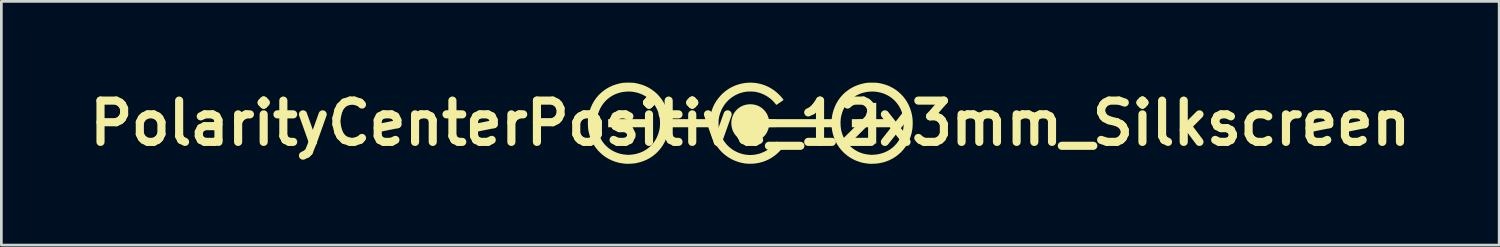
<source format=kicad_pcb>
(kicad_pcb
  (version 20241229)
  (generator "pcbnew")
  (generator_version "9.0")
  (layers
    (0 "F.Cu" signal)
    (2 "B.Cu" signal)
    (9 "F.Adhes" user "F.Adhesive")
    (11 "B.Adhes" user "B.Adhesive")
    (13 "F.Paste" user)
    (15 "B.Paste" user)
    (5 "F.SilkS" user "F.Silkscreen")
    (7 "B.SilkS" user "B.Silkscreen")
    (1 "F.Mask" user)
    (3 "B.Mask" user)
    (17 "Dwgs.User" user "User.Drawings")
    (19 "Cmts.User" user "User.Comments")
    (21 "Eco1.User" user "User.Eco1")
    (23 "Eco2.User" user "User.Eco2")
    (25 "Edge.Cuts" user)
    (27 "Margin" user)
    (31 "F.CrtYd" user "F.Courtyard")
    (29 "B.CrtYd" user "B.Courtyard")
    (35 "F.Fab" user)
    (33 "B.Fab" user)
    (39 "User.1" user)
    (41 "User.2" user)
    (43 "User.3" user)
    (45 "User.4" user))
  (footprint "PolarityCenterPositive_12x3mm_Silkscreen"
    (layer "F.Cu")
    (at 24.645 1.498)
    (property "Reference" "PolarityCenterPositive_12x3mm_Silkscreen" (at 0 0 0) (layer "F.SilkS") (effects (font (size 1.524 1.524) (thickness 0.3))))
    (attr board_only exclude_from_pos_files exclude_from_bom)
    (fp_poly (pts (xy -3.745 0.15) (xy -5.245 0.15) (xy -5.245 -0.15) (xy -3.745 -0.15)) (stroke (width 0) (type solid)) (fill yes) (layer "F.SilkS"))
    (fp_poly (pts (xy 4.651 -0.15) (xy 5.251 -0.15) (xy 5.251 0.15) (xy 4.651 0.15) (xy 4.651 0.75) (xy 4.351 0.75) (xy 4.351 0.15) (xy 3.751 0.15) (xy 3.751 -0.15) (xy 4.049 -0.152) (xy 4.348 -0.153) (xy 4.35 -0.452) (xy 4.351 -0.75) (xy 4.651 -0.75)) (stroke (width 0) (type solid)) (fill yes) (layer "F.SilkS"))
    (fp_poly (pts (xy 4.533 -1.497) (xy 4.589 -1.496) (xy 4.641 -1.494) (xy 4.686 -1.49) (xy 4.723 -1.486) (xy 4.726 -1.486) (xy 4.863 -1.459) (xy 4.994 -1.421) (xy 5.12 -1.373) (xy 5.239 -1.314) (xy 5.351 -1.247) (xy 5.455 -1.17) (xy 5.552 -1.084) (xy 5.641 -0.99) (xy 5.721 -0.888) (xy 5.792 -0.779) (xy 5.853 -0.663) (xy 5.904 -0.54) (xy 5.945 -0.411) (xy 5.96 -0.349) (xy 5.974 -0.282) (xy 5.984 -0.221) (xy 5.991 -0.16) (xy 5.995 -0.096) (xy 5.997 -0.025) (xy 5.997 0.003) (xy 5.995 0.092) (xy 5.989 0.174) (xy 5.979 0.252) (xy 5.964 0.331) (xy 5.949 0.396) (xy 5.909 0.526) (xy 5.858 0.65) (xy 5.797 0.767) (xy 5.727 0.878) (xy 5.646 0.982) (xy 5.557 1.078) (xy 5.459 1.165) (xy 5.353 1.244) (xy 5.24 1.313) (xy 5.12 1.372) (xy 5.004 1.417) (xy 4.95 1.434) (xy 4.888 1.45) (xy 4.822 1.465) (xy 4.758 1.478) (xy 4.731 1.482) (xy 4.697 1.486) (xy 4.656 1.49) (xy 4.61 1.493) (xy 4.561 1.496) (xy 4.514 1.497) (xy 4.47 1.498) (xy 4.432 1.498) (xy 4.403 1.497) (xy 4.398 1.497) (xy 4.325 1.489) (xy 4.262 1.48) (xy 4.206 1.471) (xy 4.154 1.461) (xy 4.104 1.449) (xy 4.052 1.434) (xy 4.035 1.429) (xy 3.908 1.384) (xy 3.787 1.327) (xy 3.673 1.261) (xy 3.566 1.185) (xy 3.466 1.1) (xy 3.375 1.007) (xy 3.292 0.905) (xy 3.219 0.796) (xy 3.155 0.68) (xy 3.102 0.558) (xy 3.083 0.503) (xy 3.049 0.392) (xy 3.025 0.283) (xy 3.013 0.208) (xy 3.005 0.15) (xy 1.846 0.15) (xy 1.7 0.15) (xy 1.565 0.15) (xy 1.443 0.15) (xy 1.331 0.15) (xy 1.23 0.15) (xy 1.139 0.151) (xy 1.058 0.151) (xy 0.987 0.151) (xy 0.924 0.152) (xy 0.87 0.152) (xy 0.824 0.152) (xy 0.785 0.153) (xy 0.753 0.154) (xy 0.728 0.154) (xy 0.709 0.155) (xy 0.696 0.156) (xy 0.688 0.157) (xy 0.685 0.158) (xy 0.685 0.158) (xy 0.661 0.233) (xy 0.635 0.298) (xy 0.605 0.357) (xy 0.57 0.412) (xy 0.557 0.43) (xy 0.498 0.497) (xy 0.433 0.555) (xy 0.361 0.603) (xy 0.285 0.641) (xy 0.205 0.669) (xy 0.122 0.688) (xy 0.038 0.697) (xy -0.047 0.696) (xy -0.131 0.686) (xy -0.214 0.665) (xy -0.294 0.635) (xy -0.371 0.595) (xy -0.442 0.544) (xy -0.508 0.484) (xy -0.531 0.459) (xy -0.584 0.389) (xy -0.628 0.313) (xy -0.661 0.231) (xy -0.683 0.146) (xy -0.696 0.059) (xy -0.697 -0.003) (xy 3.332 -0.003) (xy 3.338 0.123) (xy 3.355 0.243) (xy 3.383 0.359) (xy 3.423 0.469) (xy 3.474 0.574) (xy 3.536 0.673) (xy 3.609 0.766) (xy 3.667 0.828) (xy 3.755 0.908) (xy 3.851 0.978) (xy 3.952 1.037) (xy 4.06 1.086) (xy 4.172 1.123) (xy 4.289 1.149) (xy 4.402 1.162) (xy 4.431 1.164) (xy 4.456 1.166) (xy 4.474 1.167) (xy 4.482 1.168) (xy 4.492 1.168) (xy 4.511 1.167) (xy 4.538 1.165) (xy 4.57 1.163) (xy 4.582 1.163) (xy 4.705 1.148) (xy 4.823 1.122) (xy 4.936 1.086) (xy 5.042 1.039) (xy 5.142 0.982) (xy 5.235 0.916) (xy 5.32 0.841) (xy 5.397 0.757) (xy 5.466 0.665) (xy 5.526 0.565) (xy 5.576 0.459) (xy 5.616 0.345) (xy 5.642 0.242) (xy 5.651 0.19) (xy 5.658 0.129) (xy 5.662 0.063) (xy 5.664 -0.004) (xy 5.663 -0.07) (xy 5.659 -0.13) (xy 5.655 -0.169) (xy 5.631 -0.292) (xy 5.597 -0.409) (xy 5.552 -0.519) (xy 5.496 -0.623) (xy 5.43 -0.72) (xy 5.354 -0.81) (xy 5.33 -0.835) (xy 5.242 -0.914) (xy 5.147 -0.983) (xy 5.046 -1.041) (xy 4.939 -1.089) (xy 4.826 -1.126) (xy 4.709 -1.152) (xy 4.588 -1.166) (xy 4.497 -1.169) (xy 4.375 -1.163) (xy 4.256 -1.146) (xy 4.142 -1.117) (xy 4.033 -1.078) (xy 3.929 -1.029) (xy 3.832 -0.971) (xy 3.741 -0.903) (xy 3.658 -0.826) (xy 3.582 -0.74) (xy 3.516 -0.647) (xy 3.458 -0.546) (xy 3.41 -0.438) (xy 3.395 -0.396) (xy 3.369 -0.309) (xy 3.35 -0.225) (xy 3.338 -0.138) (xy 3.333 -0.047) (xy 3.332 -0.003) (xy -0.697 -0.003) (xy -0.698 -0.03) (xy -0.689 -0.118) (xy -0.67 -0.204) (xy -0.64 -0.288) (xy -0.599 -0.368) (xy -0.586 -0.39) (xy -0.531 -0.463) (xy -0.467 -0.527) (xy -0.397 -0.582) (xy -0.319 -0.627) (xy -0.236 -0.662) (xy -0.148 -0.685) (xy -0.056 -0.698) (xy -0.000462 -0.7) (xy 0.096 -0.694) (xy 0.188 -0.677) (xy 0.274 -0.649) (xy 0.355 -0.609) (xy 0.431 -0.558) (xy 0.492 -0.504) (xy 0.546 -0.446) (xy 0.592 -0.383) (xy 0.63 -0.314) (xy 0.661 -0.237) (xy 0.685 -0.158) (xy 0.688 -0.157) (xy 0.695 -0.156) (xy 0.707 -0.155) (xy 0.726 -0.154) (xy 0.75 -0.154) (xy 0.781 -0.153) (xy 0.819 -0.153) (xy 0.864 -0.152) (xy 0.917 -0.152) (xy 0.979 -0.151) (xy 1.049 -0.151) (xy 1.129 -0.151) (xy 1.218 -0.15) (xy 1.318 -0.15) (xy 1.428 -0.15) (xy 1.55 -0.15) (xy 1.683 -0.15) (xy 1.828 -0.15) (xy 3.004 -0.15) (xy 3.016 -0.229) (xy 3.04 -0.361) (xy 3.077 -0.489) (xy 3.123 -0.612) (xy 3.18 -0.731) (xy 3.247 -0.843) (xy 3.323 -0.949) (xy 3.408 -1.046) (xy 3.501 -1.135) (xy 3.516 -1.148) (xy 3.624 -1.23) (xy 3.736 -1.302) (xy 3.854 -1.362) (xy 3.979 -1.412) (xy 4.11 -1.452) (xy 4.248 -1.482) (xy 4.292 -1.489) (xy 4.326 -1.493) (xy 4.37 -1.495) (xy 4.42 -1.497) (xy 4.476 -1.497)) (stroke (width 0) (type solid)) (fill yes) (layer "F.SilkS"))
    (fp_poly (pts (xy 0.157 -1.49) (xy 0.287 -1.471) (xy 0.415 -1.44) (xy 0.54 -1.398) (xy 0.661 -1.345) (xy 0.776 -1.282) (xy 0.886 -1.209) (xy 0.893 -1.204) (xy 0.963 -1.148) (xy 1.032 -1.086) (xy 1.097 -1.022) (xy 1.156 -0.957) (xy 1.206 -0.893) (xy 1.211 -0.886) (xy 1.231 -0.858) (xy 1.099 -0.766) (xy 1.064 -0.742) (xy 1.031 -0.719) (xy 1.004 -0.701) (xy 0.982 -0.687) (xy 0.968 -0.679) (xy 0.963 -0.676) (xy 0.957 -0.682) (xy 0.946 -0.695) (xy 0.932 -0.712) (xy 0.861 -0.797) (xy 0.781 -0.875) (xy 0.692 -0.946) (xy 0.595 -1.008) (xy 0.494 -1.062) (xy 0.387 -1.106) (xy 0.278 -1.139) (xy 0.212 -1.153) (xy 0.145 -1.163) (xy 0.071 -1.168) (xy -0.006 -1.17) (xy -0.082 -1.168) (xy -0.152 -1.163) (xy -0.175 -1.159) (xy -0.292 -1.135) (xy -0.405 -1.1) (xy -0.512 -1.054) (xy -0.613 -0.998) (xy -0.708 -0.933) (xy -0.796 -0.859) (xy -0.876 -0.777) (xy -0.948 -0.687) (xy -1.011 -0.59) (xy -1.065 -0.486) (xy -1.109 -0.377) (xy -1.142 -0.263) (xy -1.163 -0.15) (xy -1.167 -0.109) (xy -1.17 -0.06) (xy -1.17 -0.006) (xy -1.17 0.049) (xy -1.167 0.102) (xy -1.163 0.148) (xy -1.16 0.169) (xy -1.136 0.288) (xy -1.1 0.403) (xy -1.054 0.512) (xy -0.997 0.616) (xy -0.931 0.713) (xy -0.856 0.803) (xy -0.771 0.884) (xy -0.679 0.957) (xy -0.598 1.009) (xy -0.489 1.066) (xy -0.377 1.111) (xy -0.263 1.144) (xy -0.146 1.165) (xy -0.029 1.174) (xy 0.089 1.17) (xy 0.208 1.155) (xy 0.326 1.127) (xy 0.371 1.113) (xy 0.485 1.068) (xy 0.592 1.014) (xy 0.691 0.949) (xy 0.783 0.874) (xy 0.869 0.789) (xy 0.914 0.736) (xy 0.938 0.707) (xy 0.956 0.689) (xy 0.967 0.68) (xy 0.971 0.68) (xy 0.978 0.685) (xy 0.994 0.696) (xy 1.017 0.712) (xy 1.046 0.732) (xy 1.078 0.755) (xy 1.102 0.772) (xy 1.136 0.796) (xy 1.167 0.818) (xy 1.193 0.836) (xy 1.212 0.85) (xy 1.223 0.859) (xy 1.225 0.861) (xy 1.222 0.867) (xy 1.212 0.881) (xy 1.199 0.9) (xy 1.19 0.912) (xy 1.108 1.01) (xy 1.016 1.102) (xy 0.916 1.187) (xy 0.809 1.262) (xy 0.697 1.328) (xy 0.579 1.383) (xy 0.473 1.423) (xy 0.338 1.46) (xy 0.203 1.485) (xy 0.068 1.497) (xy -0.066 1.497) (xy -0.2 1.485) (xy -0.332 1.46) (xy -0.463 1.424) (xy -0.591 1.375) (xy -0.671 1.338) (xy -0.788 1.272) (xy -0.899 1.197) (xy -1.001 1.112) (xy -1.096 1.019) (xy -1.181 0.918) (xy -1.258 0.81) (xy -1.324 0.696) (xy -1.381 0.576) (xy -1.427 0.451) (xy -1.461 0.322) (xy -1.479 0.223) (xy -1.49 0.15) (xy -2.245 0.15) (xy -2.358 0.15) (xy -2.459 0.15) (xy -2.549 0.15) (xy -2.629 0.15) (xy -2.698 0.15) (xy -2.759 0.151) (xy -2.811 0.151) (xy -2.855 0.151) (xy -2.891 0.152) (xy -2.921 0.152) (xy -2.945 0.153) (xy -2.964 0.154) (xy -2.978 0.154) (xy -2.989 0.155) (xy -2.996 0.157) (xy -3 0.158) (xy -3.002 0.159) (xy -3.003 0.161) (xy -3.005 0.173) (xy -3.008 0.192) (xy -3.01 0.209) (xy -3.023 0.295) (xy -3.044 0.385) (xy -3.071 0.478) (xy -3.104 0.57) (xy -3.141 0.658) (xy -3.168 0.713) (xy -3.236 0.83) (xy -3.314 0.939) (xy -3.401 1.039) (xy -3.496 1.131) (xy -3.598 1.213) (xy -3.708 1.286) (xy -3.825 1.348) (xy -3.948 1.4) (xy -4.076 1.442) (xy -4.211 1.473) (xy -4.266 1.482) (xy -4.299 1.486) (xy -4.34 1.49) (xy -4.386 1.493) (xy -4.434 1.496) (xy -4.482 1.497) (xy -4.526 1.498) (xy -4.564 1.498) (xy -4.593 1.497) (xy -4.598 1.497) (xy -4.671 1.489) (xy -4.734 1.48) (xy -4.79 1.471) (xy -4.842 1.461) (xy -4.893 1.448) (xy -4.945 1.433) (xy -4.992 1.419) (xy -5.116 1.371) (xy -5.235 1.313) (xy -5.348 1.244) (xy -5.454 1.165) (xy -5.553 1.077) (xy -5.643 0.98) (xy -5.725 0.875) (xy -5.798 0.762) (xy -5.807 0.746) (xy -5.858 0.645) (xy -5.902 0.535) (xy -5.939 0.42) (xy -5.967 0.3) (xy -5.98 0.231) (xy -5.986 0.179) (xy -5.99 0.118) (xy -5.993 0.053) (xy -5.994 0.001) (xy -5.664 0.001) (xy -5.658 0.124) (xy -5.64 0.244) (xy -5.611 0.36) (xy -5.57 0.472) (xy -5.517 0.579) (xy -5.454 0.681) (xy -5.38 0.776) (xy -5.374 0.783) (xy -5.296 0.862) (xy -5.21 0.934) (xy -5.115 0.997) (xy -5.015 1.051) (xy -4.908 1.095) (xy -4.798 1.129) (xy -4.684 1.152) (xy -4.592 1.162) (xy -4.563 1.164) (xy -4.539 1.166) (xy -4.521 1.167) (xy -4.514 1.168) (xy -4.504 1.168) (xy -4.485 1.167) (xy -4.458 1.166) (xy -4.427 1.164) (xy -4.416 1.163) (xy -4.293 1.149) (xy -4.176 1.123) (xy -4.063 1.087) (xy -3.957 1.041) (xy -3.857 0.984) (xy -3.764 0.919) (xy -3.679 0.845) (xy -3.602 0.762) (xy -3.533 0.671) (xy -3.473 0.573) (xy -3.423 0.468) (xy -3.383 0.356) (xy -3.353 0.239) (xy -3.341 0.172) (xy -3.336 0.122) (xy -3.333 0.064) (xy -3.331 0.001) (xy -3.332 -0.061) (xy -3.335 -0.12) (xy -3.341 -0.171) (xy -3.341 -0.178) (xy -3.366 -0.299) (xy -3.4 -0.415) (xy -3.446 -0.524) (xy -3.502 -0.627) (xy -3.568 -0.723) (xy -3.643 -0.812) (xy -3.729 -0.893) (xy -3.783 -0.937) (xy -3.88 -1.003) (xy -3.984 -1.058) (xy -4.093 -1.102) (xy -4.207 -1.136) (xy -4.325 -1.158) (xy -4.446 -1.168) (xy -4.494 -1.169) (xy -4.618 -1.163) (xy -4.738 -1.146) (xy -4.854 -1.117) (xy -4.965 -1.078) (xy -5.071 -1.027) (xy -5.17 -0.966) (xy -5.263 -0.895) (xy -5.326 -0.837) (xy -5.406 -0.748) (xy -5.476 -0.652) (xy -5.535 -0.551) (xy -5.583 -0.444) (xy -5.62 -0.332) (xy -5.646 -0.214) (xy -5.661 -0.092) (xy -5.664 0.001) (xy -5.994 0.001) (xy -5.994 -0.015) (xy -5.993 -0.081) (xy -5.99 -0.14) (xy -5.986 -0.175) (xy -5.964 -0.313) (xy -5.932 -0.446) (xy -5.888 -0.574) (xy -5.834 -0.694) (xy -5.77 -0.809) (xy -5.697 -0.916) (xy -5.615 -1.016) (xy -5.524 -1.107) (xy -5.425 -1.191) (xy -5.319 -1.265) (xy -5.205 -1.331) (xy -5.083 -1.387) (xy -4.956 -1.432) (xy -4.822 -1.468) (xy -4.726 -1.486) (xy -4.685 -1.491) (xy -4.634 -1.494) (xy -4.577 -1.497) (xy -4.516 -1.498) (xy -4.454 -1.497) (xy -4.394 -1.496) (xy -4.339 -1.493) (xy -4.291 -1.489) (xy -4.27 -1.486) (xy -4.131 -1.458) (xy -3.998 -1.42) (xy -3.871 -1.372) (xy -3.751 -1.312) (xy -3.638 -1.243) (xy -3.532 -1.164) (xy -3.433 -1.075) (xy -3.343 -0.976) (xy -3.26 -0.868) (xy -3.242 -0.841) (xy -3.187 -0.75) (xy -3.138 -0.651) (xy -3.094 -0.546) (xy -3.058 -0.438) (xy -3.031 -0.331) (xy -3.013 -0.231) (xy -3.01 -0.205) (xy -3.006 -0.182) (xy -3.004 -0.167) (xy -3.003 -0.164) (xy -3.001 -0.15) (xy -1.489 -0.15) (xy -1.485 -0.189) (xy -1.478 -0.238) (xy -1.467 -0.295) (xy -1.454 -0.354) (xy -1.439 -0.413) (xy -1.422 -0.466) (xy -1.422 -0.467) (xy -1.375 -0.593) (xy -1.317 -0.713) (xy -1.248 -0.826) (xy -1.169 -0.934) (xy -1.078 -1.037) (xy -1.029 -1.087) (xy -0.928 -1.175) (xy -0.82 -1.253) (xy -0.705 -1.321) (xy -0.585 -1.379) (xy -0.459 -1.425) (xy -0.328 -1.461) (xy -0.192 -1.485) (xy -0.103 -1.494) (xy 0.027 -1.498)) (stroke (width 0) (type solid)) (fill yes) (layer "F.SilkS")))
  (gr_rect
    (start -3 -3)
    (end 52.291 5.997)
    (stroke (width 0.1) (type default))
    (fill no)
    (layer "Edge.Cuts")))
</source>
